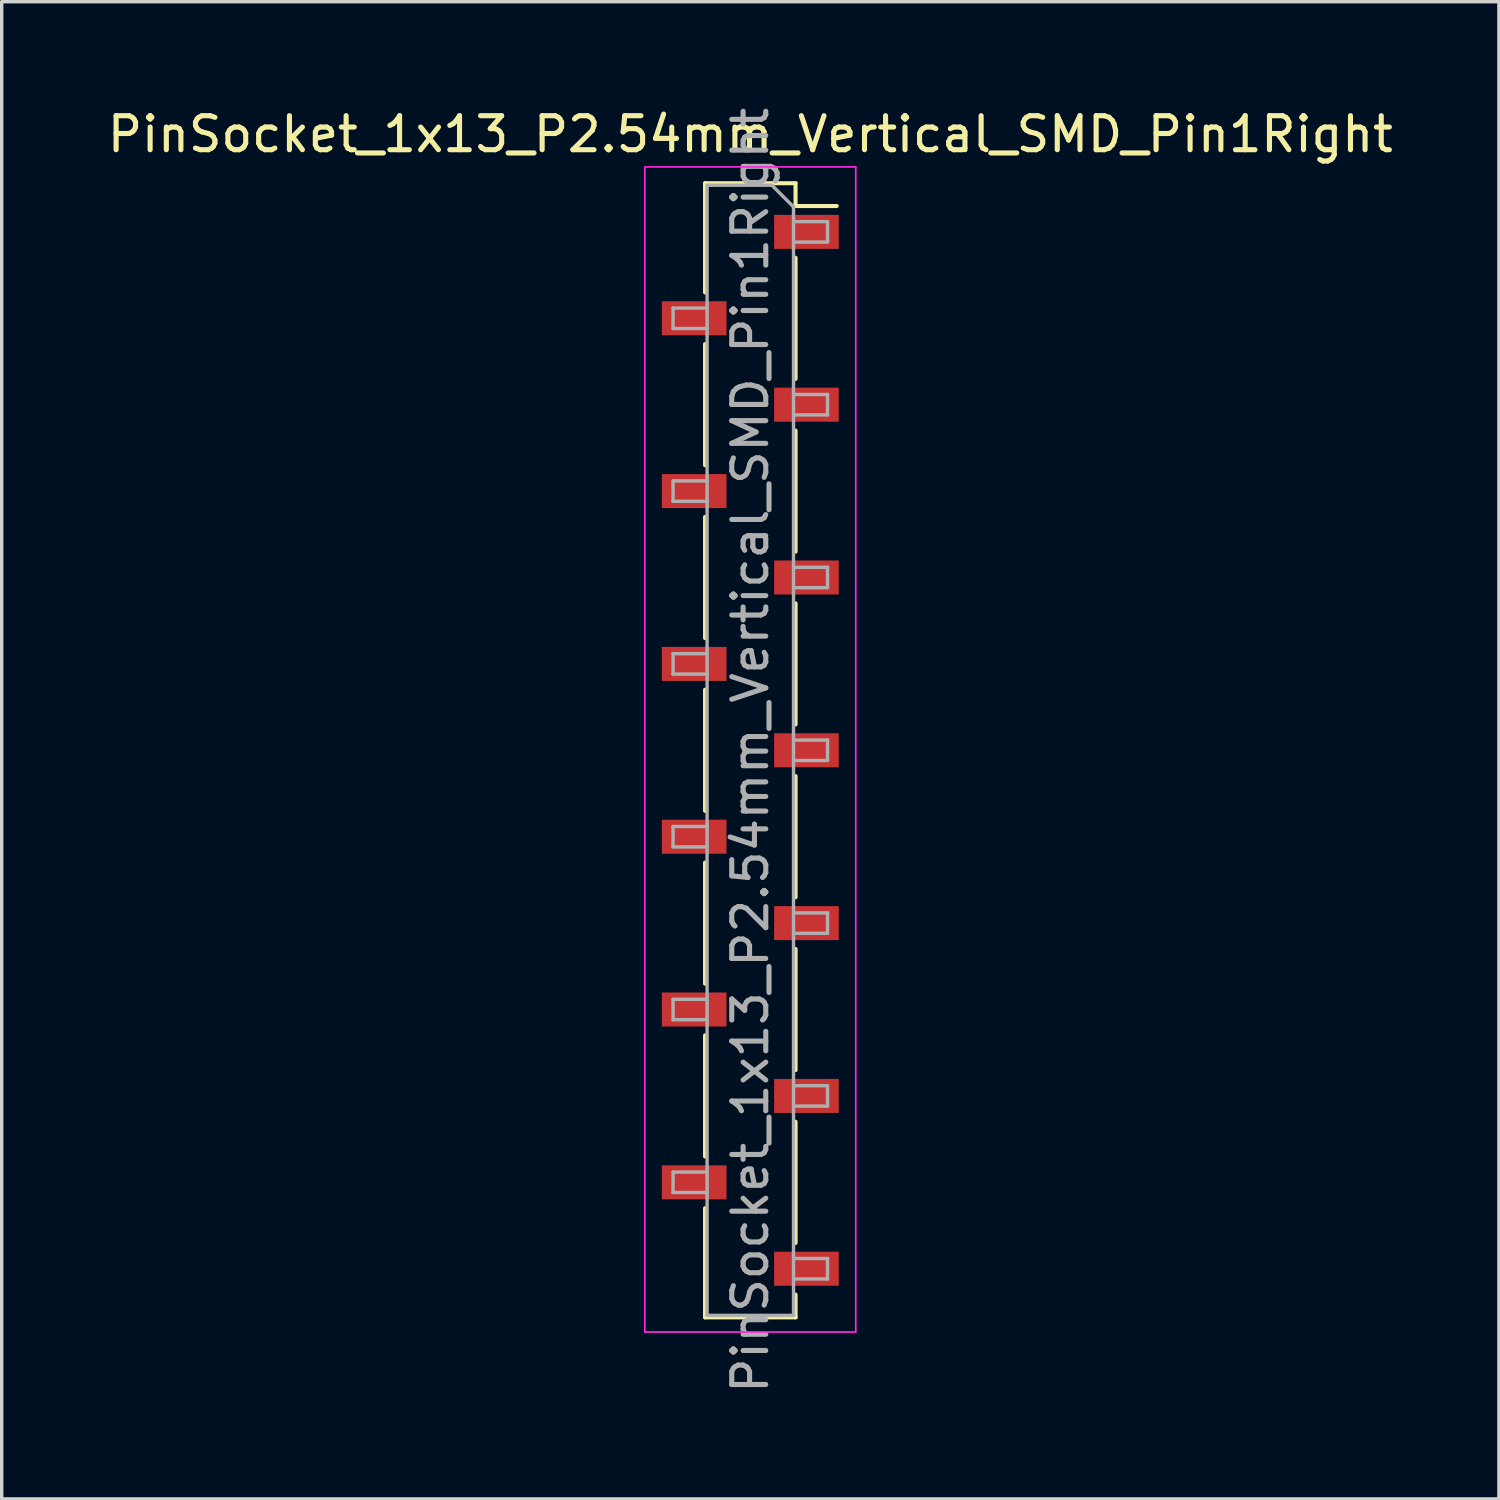
<source format=kicad_pcb>
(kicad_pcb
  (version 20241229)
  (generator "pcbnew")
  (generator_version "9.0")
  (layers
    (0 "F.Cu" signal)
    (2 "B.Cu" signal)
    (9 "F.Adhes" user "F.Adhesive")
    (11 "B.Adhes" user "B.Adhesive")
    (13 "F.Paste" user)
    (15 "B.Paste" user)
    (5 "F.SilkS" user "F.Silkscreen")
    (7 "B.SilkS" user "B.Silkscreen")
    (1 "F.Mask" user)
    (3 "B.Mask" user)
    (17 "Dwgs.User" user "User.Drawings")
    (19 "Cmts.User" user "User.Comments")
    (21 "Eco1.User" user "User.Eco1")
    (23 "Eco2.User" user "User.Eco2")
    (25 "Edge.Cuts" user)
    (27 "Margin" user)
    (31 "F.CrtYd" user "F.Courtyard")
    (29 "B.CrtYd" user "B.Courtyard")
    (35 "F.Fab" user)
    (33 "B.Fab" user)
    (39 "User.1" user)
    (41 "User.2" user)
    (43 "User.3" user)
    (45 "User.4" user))
  (footprint "PinSocket_1x13_P2.54mm_Vertical_SMD_Pin1Right"
    (layer "F.Cu")
    (at 19.006 19.006)
    (property "Reference" "PinSocket_1x13_P2.54mm_Vertical_SMD_Pin1Right" (at 0 -18.11 0) (layer "F.SilkS") (effects (font (size 1 1) (thickness 0.15))))
    (attr smd)
    (fp_line (start -1.33 -16.67) (end -1.33 -13.46) (stroke (width 0.12) (type solid)) (layer "F.SilkS"))
    (fp_line (start -1.33 -16.67) (end 1.33 -16.67) (stroke (width 0.12) (type solid)) (layer "F.SilkS"))
    (fp_line (start -1.33 -11.94) (end -1.33 -8.38) (stroke (width 0.12) (type solid)) (layer "F.SilkS"))
    (fp_line (start -1.33 -6.86) (end -1.33 -3.3) (stroke (width 0.12) (type solid)) (layer "F.SilkS"))
    (fp_line (start -1.33 -1.78) (end -1.33 1.78) (stroke (width 0.12) (type solid)) (layer "F.SilkS"))
    (fp_line (start -1.33 3.3) (end -1.33 6.86) (stroke (width 0.12) (type solid)) (layer "F.SilkS"))
    (fp_line (start -1.33 8.38) (end -1.33 11.94) (stroke (width 0.12) (type solid)) (layer "F.SilkS"))
    (fp_line (start -1.33 13.46) (end -1.33 16.67) (stroke (width 0.12) (type solid)) (layer "F.SilkS"))
    (fp_line (start -1.33 16.67) (end 1.33 16.67) (stroke (width 0.12) (type solid)) (layer "F.SilkS"))
    (fp_line (start 1.33 -16.67) (end 1.33 -16) (stroke (width 0.12) (type solid)) (layer "F.SilkS"))
    (fp_line (start 1.33 -16) (end 2.54 -16) (stroke (width 0.12) (type solid)) (layer "F.SilkS"))
    (fp_line (start 1.33 -14.48) (end 1.33 -10.92) (stroke (width 0.12) (type solid)) (layer "F.SilkS"))
    (fp_line (start 1.33 -9.4) (end 1.33 -5.84) (stroke (width 0.12) (type solid)) (layer "F.SilkS"))
    (fp_line (start 1.33 -4.32) (end 1.33 -0.76) (stroke (width 0.12) (type solid)) (layer "F.SilkS"))
    (fp_line (start 1.33 0.76) (end 1.33 4.32) (stroke (width 0.12) (type solid)) (layer "F.SilkS"))
    (fp_line (start 1.33 5.84) (end 1.33 9.4) (stroke (width 0.12) (type solid)) (layer "F.SilkS"))
    (fp_line (start 1.33 10.92) (end 1.33 14.48) (stroke (width 0.12) (type solid)) (layer "F.SilkS"))
    (fp_line (start 1.33 16) (end 1.33 16.67) (stroke (width 0.12) (type solid)) (layer "F.SilkS"))
    (fp_line (start -3.1 -17.15) (end 3.1 -17.15) (stroke (width 0.05) (type solid)) (layer "F.CrtYd"))
    (fp_line (start -3.1 17.1) (end -3.1 -17.15) (stroke (width 0.05) (type solid)) (layer "F.CrtYd"))
    (fp_line (start 3.1 -17.15) (end 3.1 17.1) (stroke (width 0.05) (type solid)) (layer "F.CrtYd"))
    (fp_line (start 3.1 17.1) (end -3.1 17.1) (stroke (width 0.05) (type solid)) (layer "F.CrtYd"))
    (fp_line (start -2.27 -13) (end -1.27 -13) (stroke (width 0.1) (type solid)) (layer "F.Fab"))
    (fp_line (start -2.27 -12.4) (end -2.27 -13) (stroke (width 0.1) (type solid)) (layer "F.Fab"))
    (fp_line (start -2.27 -7.92) (end -1.27 -7.92) (stroke (width 0.1) (type solid)) (layer "F.Fab"))
    (fp_line (start -2.27 -7.32) (end -2.27 -7.92) (stroke (width 0.1) (type solid)) (layer "F.Fab"))
    (fp_line (start -2.27 -2.84) (end -1.27 -2.84) (stroke (width 0.1) (type solid)) (layer "F.Fab"))
    (fp_line (start -2.27 -2.24) (end -2.27 -2.84) (stroke (width 0.1) (type solid)) (layer "F.Fab"))
    (fp_line (start -2.27 2.24) (end -1.27 2.24) (stroke (width 0.1) (type solid)) (layer "F.Fab"))
    (fp_line (start -2.27 2.84) (end -2.27 2.24) (stroke (width 0.1) (type solid)) (layer "F.Fab"))
    (fp_line (start -2.27 7.32) (end -1.27 7.32) (stroke (width 0.1) (type solid)) (layer "F.Fab"))
    (fp_line (start -2.27 7.92) (end -2.27 7.32) (stroke (width 0.1) (type solid)) (layer "F.Fab"))
    (fp_line (start -2.27 12.4) (end -1.27 12.4) (stroke (width 0.1) (type solid)) (layer "F.Fab"))
    (fp_line (start -2.27 13) (end -2.27 12.4) (stroke (width 0.1) (type solid)) (layer "F.Fab"))
    (fp_line (start -1.27 -16.61) (end 0.635 -16.61) (stroke (width 0.1) (type solid)) (layer "F.Fab"))
    (fp_line (start -1.27 -12.4) (end -2.27 -12.4) (stroke (width 0.1) (type solid)) (layer "F.Fab"))
    (fp_line (start -1.27 -7.32) (end -2.27 -7.32) (stroke (width 0.1) (type solid)) (layer "F.Fab"))
    (fp_line (start -1.27 -2.24) (end -2.27 -2.24) (stroke (width 0.1) (type solid)) (layer "F.Fab"))
    (fp_line (start -1.27 2.84) (end -2.27 2.84) (stroke (width 0.1) (type solid)) (layer "F.Fab"))
    (fp_line (start -1.27 7.92) (end -2.27 7.92) (stroke (width 0.1) (type solid)) (layer "F.Fab"))
    (fp_line (start -1.27 13) (end -2.27 13) (stroke (width 0.1) (type solid)) (layer "F.Fab"))
    (fp_line (start -1.27 16.61) (end -1.27 -16.61) (stroke (width 0.1) (type solid)) (layer "F.Fab"))
    (fp_line (start 0.635 -16.61) (end 1.27 -15.975) (stroke (width 0.1) (type solid)) (layer "F.Fab"))
    (fp_line (start 1.27 -15.975) (end 1.27 16.61) (stroke (width 0.1) (type solid)) (layer "F.Fab"))
    (fp_line (start 1.27 -15.54) (end 2.27 -15.54) (stroke (width 0.1) (type solid)) (layer "F.Fab"))
    (fp_line (start 1.27 -10.46) (end 2.27 -10.46) (stroke (width 0.1) (type solid)) (layer "F.Fab"))
    (fp_line (start 1.27 -5.38) (end 2.27 -5.38) (stroke (width 0.1) (type solid)) (layer "F.Fab"))
    (fp_line (start 1.27 -0.3) (end 2.27 -0.3) (stroke (width 0.1) (type solid)) (layer "F.Fab"))
    (fp_line (start 1.27 4.78) (end 2.27 4.78) (stroke (width 0.1) (type solid)) (layer "F.Fab"))
    (fp_line (start 1.27 9.86) (end 2.27 9.86) (stroke (width 0.1) (type solid)) (layer "F.Fab"))
    (fp_line (start 1.27 14.94) (end 2.27 14.94) (stroke (width 0.1) (type solid)) (layer "F.Fab"))
    (fp_line (start 1.27 16.61) (end -1.27 16.61) (stroke (width 0.1) (type solid)) (layer "F.Fab"))
    (fp_line (start 2.27 -15.54) (end 2.27 -14.94) (stroke (width 0.1) (type solid)) (layer "F.Fab"))
    (fp_line (start 2.27 -14.94) (end 1.27 -14.94) (stroke (width 0.1) (type solid)) (layer "F.Fab"))
    (fp_line (start 2.27 -10.46) (end 2.27 -9.86) (stroke (width 0.1) (type solid)) (layer "F.Fab"))
    (fp_line (start 2.27 -9.86) (end 1.27 -9.86) (stroke (width 0.1) (type solid)) (layer "F.Fab"))
    (fp_line (start 2.27 -5.38) (end 2.27 -4.78) (stroke (width 0.1) (type solid)) (layer "F.Fab"))
    (fp_line (start 2.27 -4.78) (end 1.27 -4.78) (stroke (width 0.1) (type solid)) (layer "F.Fab"))
    (fp_line (start 2.27 -0.3) (end 2.27 0.3) (stroke (width 0.1) (type solid)) (layer "F.Fab"))
    (fp_line (start 2.27 0.3) (end 1.27 0.3) (stroke (width 0.1) (type solid)) (layer "F.Fab"))
    (fp_line (start 2.27 4.78) (end 2.27 5.38) (stroke (width 0.1) (type solid)) (layer "F.Fab"))
    (fp_line (start 2.27 5.38) (end 1.27 5.38) (stroke (width 0.1) (type solid)) (layer "F.Fab"))
    (fp_line (start 2.27 9.86) (end 2.27 10.46) (stroke (width 0.1) (type solid)) (layer "F.Fab"))
    (fp_line (start 2.27 10.46) (end 1.27 10.46) (stroke (width 0.1) (type solid)) (layer "F.Fab"))
    (fp_line (start 2.27 14.94) (end 2.27 15.54) (stroke (width 0.1) (type solid)) (layer "F.Fab"))
    (fp_line (start 2.27 15.54) (end 1.27 15.54) (stroke (width 0.1) (type solid)) (layer "F.Fab"))
    (fp_text user "${REFERENCE}" (at 0 0 90) (layer "F.Fab") (effects (font (size 1 1) (thickness 0.15))))
    (pad "1" smd rect (at 1.65 -15.24) (size 1.9 1) (layers "F.Cu" "F.Mask" "F.Paste"))
    (pad "2" smd rect (at -1.65 -12.7) (size 1.9 1) (layers "F.Cu" "F.Mask" "F.Paste"))
    (pad "3" smd rect (at 1.65 -10.16) (size 1.9 1) (layers "F.Cu" "F.Mask" "F.Paste"))
    (pad "4" smd rect (at -1.65 -7.62) (size 1.9 1) (layers "F.Cu" "F.Mask" "F.Paste"))
    (pad "5" smd rect (at 1.65 -5.08) (size 1.9 1) (layers "F.Cu" "F.Mask" "F.Paste"))
    (pad "6" smd rect (at -1.65 -2.54) (size 1.9 1) (layers "F.Cu" "F.Mask" "F.Paste"))
    (pad "7" smd rect (at 1.65 0) (size 1.9 1) (layers "F.Cu" "F.Mask" "F.Paste"))
    (pad "8" smd rect (at -1.65 2.54) (size 1.9 1) (layers "F.Cu" "F.Mask" "F.Paste"))
    (pad "9" smd rect (at 1.65 5.08) (size 1.9 1) (layers "F.Cu" "F.Mask" "F.Paste"))
    (pad "10" smd rect (at -1.65 7.62) (size 1.9 1) (layers "F.Cu" "F.Mask" "F.Paste"))
    (pad "11" smd rect (at 1.65 10.16) (size 1.9 1) (layers "F.Cu" "F.Mask" "F.Paste"))
    (pad "12" smd rect (at -1.65 12.7) (size 1.9 1) (layers "F.Cu" "F.Mask" "F.Paste"))
    (pad "13" smd rect (at 1.65 15.24) (size 1.9 1) (layers "F.Cu" "F.Mask" "F.Paste")))
  (gr_rect
    (start -3 -3)
    (end 41.012 41.012)
    (stroke (width 0.1) (type default))
    (fill no)
    (layer "Edge.Cuts")))
</source>
